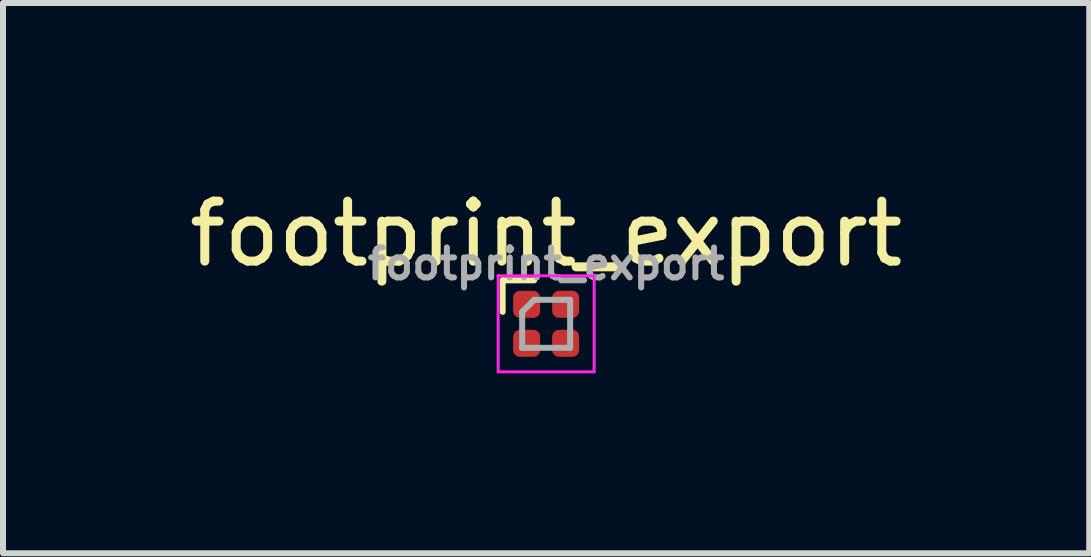
<source format=kicad_pcb>
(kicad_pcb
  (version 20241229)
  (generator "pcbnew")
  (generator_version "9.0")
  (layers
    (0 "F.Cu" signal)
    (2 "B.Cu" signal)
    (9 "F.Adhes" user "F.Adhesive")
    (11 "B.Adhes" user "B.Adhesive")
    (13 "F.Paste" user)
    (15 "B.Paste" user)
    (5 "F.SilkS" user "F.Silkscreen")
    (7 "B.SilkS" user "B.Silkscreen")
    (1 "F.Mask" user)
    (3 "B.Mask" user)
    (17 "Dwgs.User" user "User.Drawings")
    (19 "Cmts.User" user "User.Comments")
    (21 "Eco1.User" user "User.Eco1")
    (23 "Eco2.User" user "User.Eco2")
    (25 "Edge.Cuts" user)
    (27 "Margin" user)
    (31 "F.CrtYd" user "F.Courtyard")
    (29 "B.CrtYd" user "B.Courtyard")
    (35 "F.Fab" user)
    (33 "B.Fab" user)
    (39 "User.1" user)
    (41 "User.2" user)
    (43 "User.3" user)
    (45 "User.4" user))
  (footprint "footprint_export"
    (layer "F.Cu")
    (at 6.054 2.348)
    (property "Reference" "footprint_export" (at 0 -1.5 0) (layer "F.SilkS") (effects (font (size 1 1) (thickness 0.15))))
    (attr smd)
    (fp_line (start -0.725 -0.725) (end -0.725 -0.2) (stroke (width 0.1) (type solid)) (layer "F.SilkS"))
    (fp_line (start -0.2 -0.725) (end -0.725 -0.725) (stroke (width 0.1) (type solid)) (layer "F.SilkS"))
    (fp_line (start -0.8 -0.8) (end -0.8 0.8) (stroke (width 0.05) (type solid)) (layer "F.CrtYd"))
    (fp_line (start -0.8 0.8) (end 0.8 0.8) (stroke (width 0.05) (type solid)) (layer "F.CrtYd"))
    (fp_line (start 0.8 -0.8) (end -0.8 -0.8) (stroke (width 0.05) (type solid)) (layer "F.CrtYd"))
    (fp_line (start 0.8 0.8) (end 0.8 -0.8) (stroke (width 0.05) (type solid)) (layer "F.CrtYd"))
    (fp_line (start -0.4 -0.2) (end -0.4 0.4) (stroke (width 0.1) (type solid)) (layer "F.Fab"))
    (fp_line (start -0.4 0.4) (end 0.4 0.4) (stroke (width 0.1) (type solid)) (layer "F.Fab"))
    (fp_line (start -0.2 -0.4) (end -0.4 -0.2) (stroke (width 0.1) (type solid)) (layer "F.Fab"))
    (fp_line (start 0.4 -0.4) (end -0.2 -0.4) (stroke (width 0.1) (type solid)) (layer "F.Fab"))
    (fp_line (start 0.4 0.4) (end 0.4 -0.4) (stroke (width 0.1) (type solid)) (layer "F.Fab"))
    (fp_text user "${REFERENCE}" (at 0 -1 0) (layer "F.Fab") (effects (font (size 0.5 0.5) (thickness 0.1))))
    (pad "1" smd roundrect (at -0.325 -0.325) (size 0.45 0.45) (layers "F.Cu" "F.Mask" "F.Paste") (roundrect_rratio 0.25))
    (pad "2" smd roundrect (at 0.325 -0.325) (size 0.45 0.45) (layers "F.Cu" "F.Mask" "F.Paste") (roundrect_rratio 0.25))
    (pad "3" smd roundrect (at 0.325 0.325) (size 0.45 0.45) (layers "F.Cu" "F.Mask" "F.Paste") (roundrect_rratio 0.25))
    (pad "4" smd roundrect (at -0.325 0.325) (size 0.45 0.45) (layers "F.Cu" "F.Mask" "F.Paste") (roundrect_rratio 0.25)))
  (gr_rect
    (start -3 -3)
    (end 15.107 6.173)
    (stroke (width 0.1) (type default))
    (fill no)
    (layer "Edge.Cuts")))
</source>
